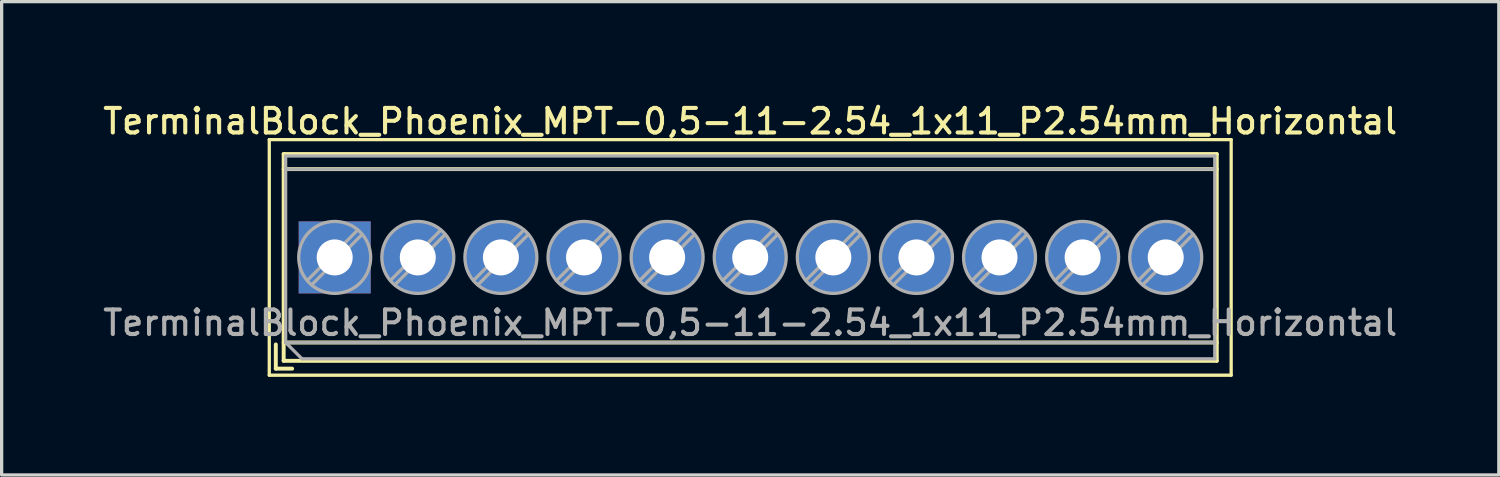
<source format=kicad_pcb>
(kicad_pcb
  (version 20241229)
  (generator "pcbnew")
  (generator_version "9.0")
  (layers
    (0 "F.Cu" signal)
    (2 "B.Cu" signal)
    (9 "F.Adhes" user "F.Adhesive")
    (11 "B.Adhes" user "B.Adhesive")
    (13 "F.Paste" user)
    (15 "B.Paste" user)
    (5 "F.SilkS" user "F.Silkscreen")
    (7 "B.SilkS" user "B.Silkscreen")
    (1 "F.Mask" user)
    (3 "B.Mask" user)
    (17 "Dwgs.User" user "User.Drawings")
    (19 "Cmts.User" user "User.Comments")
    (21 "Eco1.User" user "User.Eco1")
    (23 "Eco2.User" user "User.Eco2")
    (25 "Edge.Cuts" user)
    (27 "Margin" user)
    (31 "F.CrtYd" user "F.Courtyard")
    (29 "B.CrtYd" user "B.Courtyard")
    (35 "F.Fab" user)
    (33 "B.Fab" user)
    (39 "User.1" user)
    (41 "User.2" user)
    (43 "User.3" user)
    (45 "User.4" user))
  (footprint "TerminalBlock_Phoenix_MPT-0,5-11-2.54_1x11_P2.54mm_Horizontal"
    (layer "F.Cu")
    (at 7.18 4.818)
    (property "Reference" "TerminalBlock_Phoenix_MPT-0,5-11-2.54_1x11_P2.54mm_Horizontal" (at 12.7 -4.16 0) (layer "F.SilkS") (effects (font (size 0.75 0.75) (thickness 0.125))))
    (attr through_hole)
    (fp_line (start -2 -3.6) (end -2 3.6) (stroke (width 0.1) (type solid)) (layer "F.SilkS"))
    (fp_line (start -2 3.6) (end 27.4 3.6) (stroke (width 0.1) (type solid)) (layer "F.SilkS"))
    (fp_line (start -1.8 2.66) (end -1.8 3.4) (stroke (width 0.12) (type solid)) (layer "F.SilkS"))
    (fp_line (start -1.8 3.4) (end -1.3 3.4) (stroke (width 0.12) (type solid)) (layer "F.SilkS"))
    (fp_line (start -1.56 -3.16) (end -1.56 3.16) (stroke (width 0.12) (type solid)) (layer "F.SilkS"))
    (fp_line (start -1.56 -3.16) (end 26.96 -3.16) (stroke (width 0.12) (type solid)) (layer "F.SilkS"))
    (fp_line (start -1.56 -2.7) (end 26.96 -2.7) (stroke (width 0.12) (type solid)) (layer "F.SilkS"))
    (fp_line (start -1.56 2.6) (end 26.96 2.6) (stroke (width 0.12) (type solid)) (layer "F.SilkS"))
    (fp_line (start -1.56 3.16) (end 26.96 3.16) (stroke (width 0.12) (type solid)) (layer "F.SilkS"))
    (fp_line (start 26.96 -3.16) (end 26.96 3.16) (stroke (width 0.12) (type solid)) (layer "F.SilkS"))
    (fp_line (start 27.4 -3.6) (end -2 -3.6) (stroke (width 0.1) (type solid)) (layer "F.SilkS"))
    (fp_line (start 27.4 3.6) (end 27.4 -3.6) (stroke (width 0.1) (type solid)) (layer "F.SilkS"))
    (fp_line (start -1.5 -3.1) (end 26.9 -3.1) (stroke (width 0.1) (type solid)) (layer "F.Fab"))
    (fp_line (start -1.5 -2.7) (end 26.9 -2.7) (stroke (width 0.1) (type solid)) (layer "F.Fab"))
    (fp_line (start -1.5 2.6) (end -1.5 -3.1) (stroke (width 0.1) (type solid)) (layer "F.Fab"))
    (fp_line (start -1.5 2.6) (end 26.9 2.6) (stroke (width 0.1) (type solid)) (layer "F.Fab"))
    (fp_line (start -1 3.1) (end -1.5 2.6) (stroke (width 0.1) (type solid)) (layer "F.Fab"))
    (fp_line (start 0.701 -0.835) (end -0.835 0.7) (stroke (width 0.1) (type solid)) (layer "F.Fab"))
    (fp_line (start 0.835 -0.7) (end -0.701 0.835) (stroke (width 0.1) (type solid)) (layer "F.Fab"))
    (fp_line (start 3.241 -0.835) (end 1.706 0.7) (stroke (width 0.1) (type solid)) (layer "F.Fab"))
    (fp_line (start 3.375 -0.7) (end 1.84 0.835) (stroke (width 0.1) (type solid)) (layer "F.Fab"))
    (fp_line (start 5.781 -0.835) (end 4.246 0.7) (stroke (width 0.1) (type solid)) (layer "F.Fab"))
    (fp_line (start 5.915 -0.7) (end 4.38 0.835) (stroke (width 0.1) (type solid)) (layer "F.Fab"))
    (fp_line (start 8.321 -0.835) (end 6.786 0.7) (stroke (width 0.1) (type solid)) (layer "F.Fab"))
    (fp_line (start 8.455 -0.7) (end 6.92 0.835) (stroke (width 0.1) (type solid)) (layer "F.Fab"))
    (fp_line (start 10.861 -0.835) (end 9.326 0.7) (stroke (width 0.1) (type solid)) (layer "F.Fab"))
    (fp_line (start 10.995 -0.7) (end 9.46 0.835) (stroke (width 0.1) (type solid)) (layer "F.Fab"))
    (fp_line (start 13.401 -0.835) (end 11.866 0.7) (stroke (width 0.1) (type solid)) (layer "F.Fab"))
    (fp_line (start 13.535 -0.7) (end 12 0.835) (stroke (width 0.1) (type solid)) (layer "F.Fab"))
    (fp_line (start 15.941 -0.835) (end 14.406 0.7) (stroke (width 0.1) (type solid)) (layer "F.Fab"))
    (fp_line (start 16.075 -0.7) (end 14.54 0.835) (stroke (width 0.1) (type solid)) (layer "F.Fab"))
    (fp_line (start 18.481 -0.835) (end 16.946 0.7) (stroke (width 0.1) (type solid)) (layer "F.Fab"))
    (fp_line (start 18.615 -0.7) (end 17.08 0.835) (stroke (width 0.1) (type solid)) (layer "F.Fab"))
    (fp_line (start 21.021 -0.835) (end 19.486 0.7) (stroke (width 0.1) (type solid)) (layer "F.Fab"))
    (fp_line (start 21.155 -0.7) (end 19.62 0.835) (stroke (width 0.1) (type solid)) (layer "F.Fab"))
    (fp_line (start 23.561 -0.835) (end 22.026 0.7) (stroke (width 0.1) (type solid)) (layer "F.Fab"))
    (fp_line (start 23.695 -0.7) (end 22.16 0.835) (stroke (width 0.1) (type solid)) (layer "F.Fab"))
    (fp_line (start 26.101 -0.835) (end 24.566 0.7) (stroke (width 0.1) (type solid)) (layer "F.Fab"))
    (fp_line (start 26.235 -0.7) (end 24.7 0.835) (stroke (width 0.1) (type solid)) (layer "F.Fab"))
    (fp_line (start 26.9 -3.1) (end 26.9 3.1) (stroke (width 0.1) (type solid)) (layer "F.Fab"))
    (fp_line (start 26.9 3.1) (end -1 3.1) (stroke (width 0.1) (type solid)) (layer "F.Fab"))
    (fp_circle (center 0 0) (end 1.1 0) (stroke (width 0.1) (type solid)) (fill no) (layer "F.Fab"))
    (fp_circle (center 2.54 0) (end 3.64 0) (stroke (width 0.1) (type solid)) (fill no) (layer "F.Fab"))
    (fp_circle (center 5.08 0) (end 6.18 0) (stroke (width 0.1) (type solid)) (fill no) (layer "F.Fab"))
    (fp_circle (center 7.62 0) (end 8.72 0) (stroke (width 0.1) (type solid)) (fill no) (layer "F.Fab"))
    (fp_circle (center 10.16 0) (end 11.26 0) (stroke (width 0.1) (type solid)) (fill no) (layer "F.Fab"))
    (fp_circle (center 12.7 0) (end 13.8 0) (stroke (width 0.1) (type solid)) (fill no) (layer "F.Fab"))
    (fp_circle (center 15.24 0) (end 16.34 0) (stroke (width 0.1) (type solid)) (fill no) (layer "F.Fab"))
    (fp_circle (center 17.78 0) (end 18.88 0) (stroke (width 0.1) (type solid)) (fill no) (layer "F.Fab"))
    (fp_circle (center 20.32 0) (end 21.42 0) (stroke (width 0.1) (type solid)) (fill no) (layer "F.Fab"))
    (fp_circle (center 22.86 0) (end 23.96 0) (stroke (width 0.1) (type solid)) (fill no) (layer "F.Fab"))
    (fp_circle (center 25.4 0) (end 26.5 0) (stroke (width 0.1) (type solid)) (fill no) (layer "F.Fab"))
    (fp_text user "${REFERENCE}" (at 12.7 2 0) (layer "F.Fab") (effects (font (size 0.75 0.75) (thickness 0.125))))
    (pad "1" thru_hole rect (at 0 0) (size 2.2 2.2) (drill 1.1) (layers "*.Cu" "*.Mask"))
    (pad "2" thru_hole circle (at 2.54 0) (size 2.2 2.2) (drill 1.1) (layers "*.Cu" "*.Mask"))
    (pad "3" thru_hole circle (at 5.08 0) (size 2.2 2.2) (drill 1.1) (layers "*.Cu" "*.Mask"))
    (pad "4" thru_hole circle (at 7.62 0) (size 2.2 2.2) (drill 1.1) (layers "*.Cu" "*.Mask"))
    (pad "5" thru_hole circle (at 10.16 0) (size 2.2 2.2) (drill 1.1) (layers "*.Cu" "*.Mask"))
    (pad "6" thru_hole circle (at 12.7 0) (size 2.2 2.2) (drill 1.1) (layers "*.Cu" "*.Mask"))
    (pad "7" thru_hole circle (at 15.24 0) (size 2.2 2.2) (drill 1.1) (layers "*.Cu" "*.Mask"))
    (pad "8" thru_hole circle (at 17.78 0) (size 2.2 2.2) (drill 1.1) (layers "*.Cu" "*.Mask"))
    (pad "9" thru_hole circle (at 20.32 0) (size 2.2 2.2) (drill 1.1) (layers "*.Cu" "*.Mask"))
    (pad "10" thru_hole circle (at 22.86 0) (size 2.2 2.2) (drill 1.1) (layers "*.Cu" "*.Mask"))
    (pad "11" thru_hole circle (at 25.4 0) (size 2.2 2.2) (drill 1.1) (layers "*.Cu" "*.Mask")))
  (gr_rect
    (start -3 -3)
    (end 42.761 11.468)
    (stroke (width 0.1) (type default))
    (fill no)
    (layer "Edge.Cuts")))
</source>
